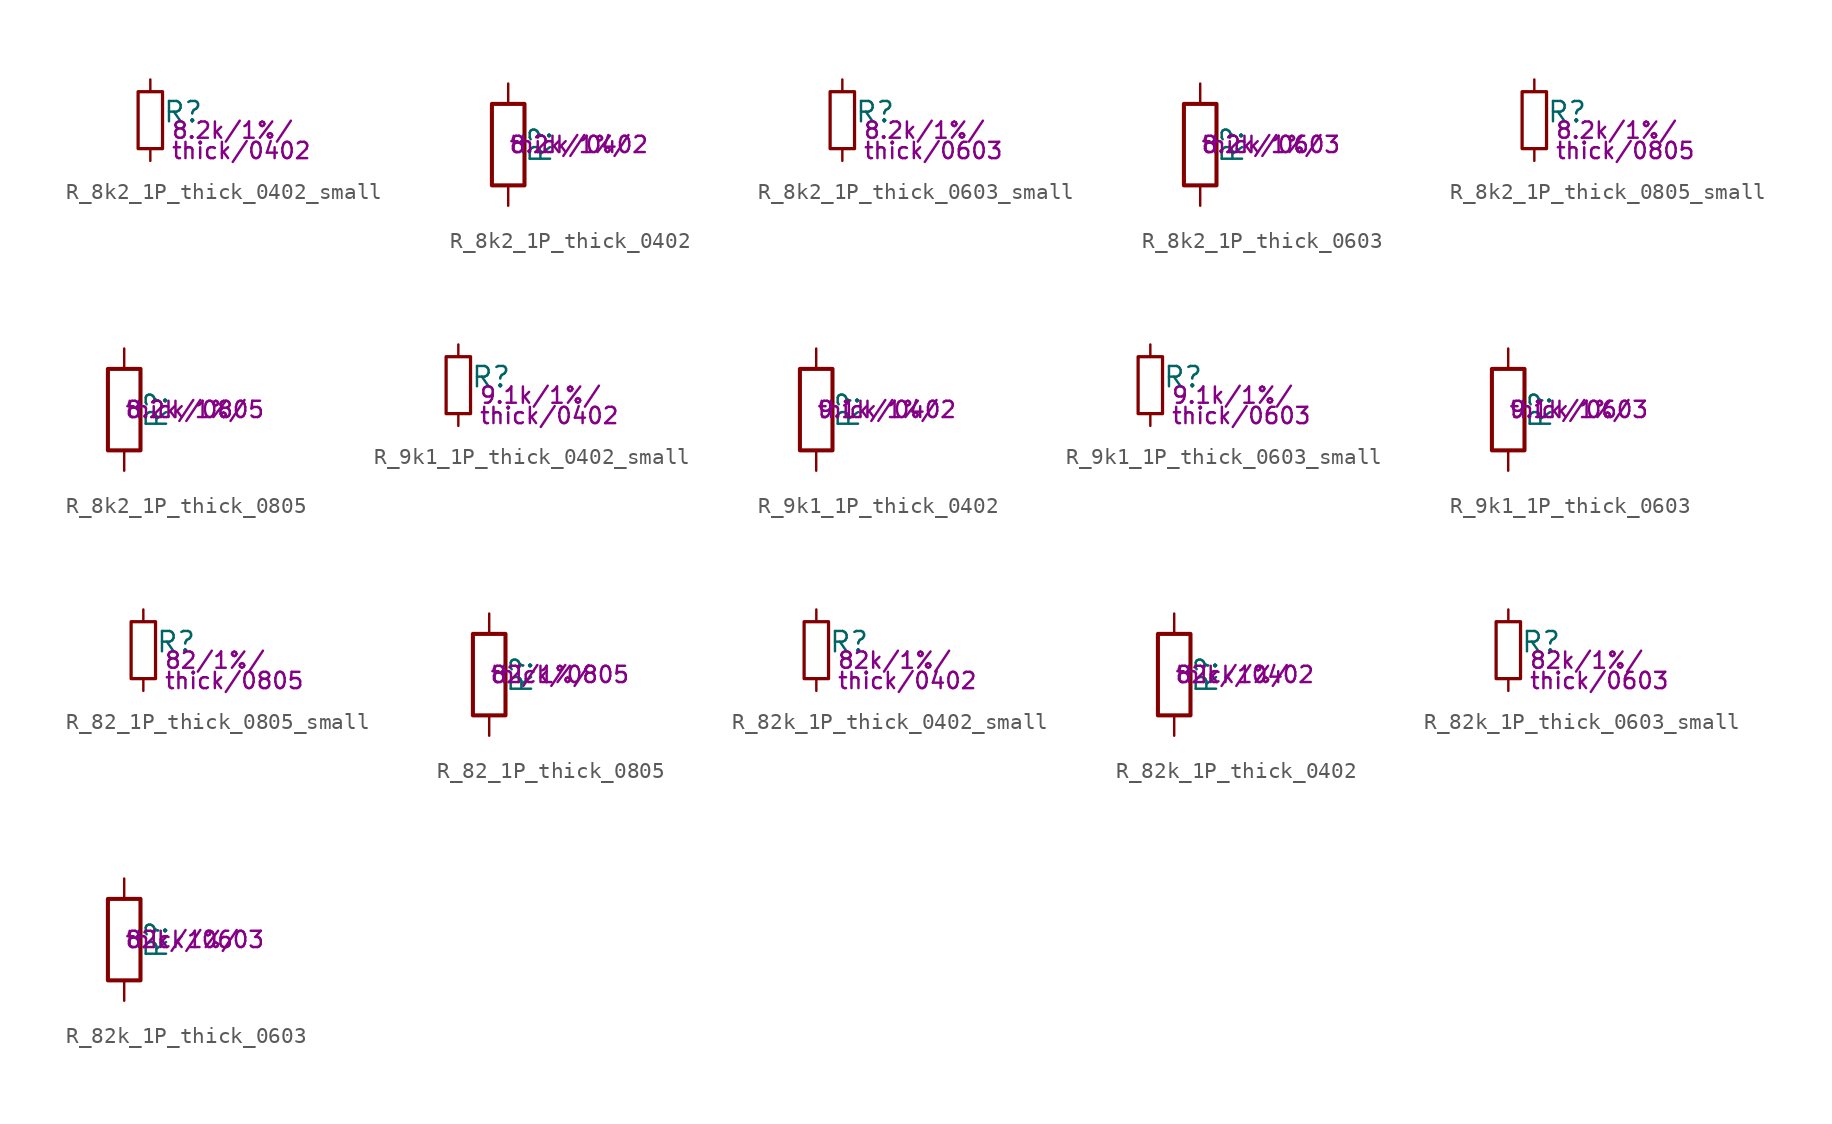
<source format=kicad_sym>
(kicad_symbol_lib
  (version 20211014)
  (generator kicad_symbol_editor)
  (symbol "R_8k2_1P_thick_0402_small"
    (pin_numbers hide)
    (pin_names
      (offset 0.254) hide)
    (property "Reference" "R"
      (at 0.762 0.508 0)
      (effects (font (size 1.27 1.27)) (justify left)))
    (property "Params" "8.2k/1%/"
      (at 1.27 -0.635 0)
      (effects (font (size 1.016 1.016)) (justify left)))
    (property "Params2" "thick/0402"
      (at 1.27 -1.905 0)
      (effects (font (size 1.016 1.016)) (justify left)))
    (symbol "R_8k2_1P_thick_0402_small_0_1"
      (rectangle (start -0.762 1.778) (end 0.762 -1.778) (stroke (width 0.203) (type default) (color 0 0 0 0)) (fill (type none))))
    (symbol "R_8k2_1P_thick_0402_small_1_1"
      (pin passive line (at 0 2.54 270) (length 0.762) (name "~" (effects (font (size 1.27 1.27)))) (number "1" (effects (font (size 1.27 1.27)))))
      (pin passive line (at 0 -2.54 90) (length 0.762) (name "~" (effects (font (size 1.27 1.27)))) (number "2" (effects (font (size 1.27 1.27)))))))
  (symbol "R_8k2_1P_thick_0402"
    (pin_numbers hide)
    (pin_names
      (offset 0))
    (property "Reference" "R"
      (at 2.032 0 90)
      (effects (font (size 1.27 1.27))))
    (property "Params" "8.2k/1%/"
      (at 0 0 0)
      (effects (font (size 1.016 1.016)) (justify left)))
    (property "Params2" "thick/0402"
      (at 0 0 0)
      (effects (font (size 1.016 1.016)) (justify left)))
    (symbol "R_8k2_1P_thick_0402_0_1"
      (rectangle (start -1.016 -2.54) (end 1.016 2.54) (stroke (width 0.254) (type default) (color 0 0 0 0)) (fill (type none))))
    (symbol "R_8k2_1P_thick_0402_1_1"
      (pin passive line (at 0 3.81 270) (length 1.27) (name "~" (effects (font (size 1.27 1.27)))) (number "1" (effects (font (size 1.27 1.27)))))
      (pin passive line (at 0 -3.81 90) (length 1.27) (name "~" (effects (font (size 1.27 1.27)))) (number "2" (effects (font (size 1.27 1.27)))))))
  (symbol "R_8k2_1P_thick_0603_small"
    (pin_numbers hide)
    (pin_names
      (offset 0.254) hide)
    (property "Reference" "R"
      (at 0.762 0.508 0)
      (effects (font (size 1.27 1.27)) (justify left)))
    (property "Params" "8.2k/1%/"
      (at 1.27 -0.635 0)
      (effects (font (size 1.016 1.016)) (justify left)))
    (property "Params2" "thick/0603"
      (at 1.27 -1.905 0)
      (effects (font (size 1.016 1.016)) (justify left)))
    (symbol "R_8k2_1P_thick_0603_small_0_1"
      (rectangle (start -0.762 1.778) (end 0.762 -1.778) (stroke (width 0.203) (type default) (color 0 0 0 0)) (fill (type none))))
    (symbol "R_8k2_1P_thick_0603_small_1_1"
      (pin passive line (at 0 2.54 270) (length 0.762) (name "~" (effects (font (size 1.27 1.27)))) (number "1" (effects (font (size 1.27 1.27)))))
      (pin passive line (at 0 -2.54 90) (length 0.762) (name "~" (effects (font (size 1.27 1.27)))) (number "2" (effects (font (size 1.27 1.27)))))))
  (symbol "R_8k2_1P_thick_0603"
    (pin_numbers hide)
    (pin_names
      (offset 0))
    (property "Reference" "R"
      (at 2.032 0 90)
      (effects (font (size 1.27 1.27))))
    (property "Params" "8.2k/1%/"
      (at 0 0 0)
      (effects (font (size 1.016 1.016)) (justify left)))
    (property "Params2" "thick/0603"
      (at 0 0 0)
      (effects (font (size 1.016 1.016)) (justify left)))
    (symbol "R_8k2_1P_thick_0603_0_1"
      (rectangle (start -1.016 -2.54) (end 1.016 2.54) (stroke (width 0.254) (type default) (color 0 0 0 0)) (fill (type none))))
    (symbol "R_8k2_1P_thick_0603_1_1"
      (pin passive line (at 0 3.81 270) (length 1.27) (name "~" (effects (font (size 1.27 1.27)))) (number "1" (effects (font (size 1.27 1.27)))))
      (pin passive line (at 0 -3.81 90) (length 1.27) (name "~" (effects (font (size 1.27 1.27)))) (number "2" (effects (font (size 1.27 1.27)))))))
  (symbol "R_8k2_1P_thick_0805_small"
    (pin_numbers hide)
    (pin_names
      (offset 0.254) hide)
    (property "Reference" "R"
      (at 0.762 0.508 0)
      (effects (font (size 1.27 1.27)) (justify left)))
    (property "Params" "8.2k/1%/"
      (at 1.27 -0.635 0)
      (effects (font (size 1.016 1.016)) (justify left)))
    (property "Params2" "thick/0805"
      (at 1.27 -1.905 0)
      (effects (font (size 1.016 1.016)) (justify left)))
    (symbol "R_8k2_1P_thick_0805_small_0_1"
      (rectangle (start -0.762 1.778) (end 0.762 -1.778) (stroke (width 0.203) (type default) (color 0 0 0 0)) (fill (type none))))
    (symbol "R_8k2_1P_thick_0805_small_1_1"
      (pin passive line (at 0 2.54 270) (length 0.762) (name "~" (effects (font (size 1.27 1.27)))) (number "1" (effects (font (size 1.27 1.27)))))
      (pin passive line (at 0 -2.54 90) (length 0.762) (name "~" (effects (font (size 1.27 1.27)))) (number "2" (effects (font (size 1.27 1.27)))))))
  (symbol "R_8k2_1P_thick_0805"
    (pin_numbers hide)
    (pin_names
      (offset 0))
    (property "Reference" "R"
      (at 2.032 0 90)
      (effects (font (size 1.27 1.27))))
    (property "Params" "8.2k/1%/"
      (at 0 0 0)
      (effects (font (size 1.016 1.016)) (justify left)))
    (property "Params2" "thick/0805"
      (at 0 0 0)
      (effects (font (size 1.016 1.016)) (justify left)))
    (symbol "R_8k2_1P_thick_0805_0_1"
      (rectangle (start -1.016 -2.54) (end 1.016 2.54) (stroke (width 0.254) (type default) (color 0 0 0 0)) (fill (type none))))
    (symbol "R_8k2_1P_thick_0805_1_1"
      (pin passive line (at 0 3.81 270) (length 1.27) (name "~" (effects (font (size 1.27 1.27)))) (number "1" (effects (font (size 1.27 1.27)))))
      (pin passive line (at 0 -3.81 90) (length 1.27) (name "~" (effects (font (size 1.27 1.27)))) (number "2" (effects (font (size 1.27 1.27)))))))
  (symbol "R_9k1_1P_thick_0402_small"
    (pin_numbers hide)
    (pin_names
      (offset 0.254) hide)
    (property "Reference" "R"
      (at 0.762 0.508 0)
      (effects (font (size 1.27 1.27)) (justify left)))
    (property "Params" "9.1k/1%/"
      (at 1.27 -0.635 0)
      (effects (font (size 1.016 1.016)) (justify left)))
    (property "Params2" "thick/0402"
      (at 1.27 -1.905 0)
      (effects (font (size 1.016 1.016)) (justify left)))
    (symbol "R_9k1_1P_thick_0402_small_0_1"
      (rectangle (start -0.762 1.778) (end 0.762 -1.778) (stroke (width 0.203) (type default) (color 0 0 0 0)) (fill (type none))))
    (symbol "R_9k1_1P_thick_0402_small_1_1"
      (pin passive line (at 0 2.54 270) (length 0.762) (name "~" (effects (font (size 1.27 1.27)))) (number "1" (effects (font (size 1.27 1.27)))))
      (pin passive line (at 0 -2.54 90) (length 0.762) (name "~" (effects (font (size 1.27 1.27)))) (number "2" (effects (font (size 1.27 1.27)))))))
  (symbol "R_9k1_1P_thick_0402"
    (pin_numbers hide)
    (pin_names
      (offset 0))
    (property "Reference" "R"
      (at 2.032 0 90)
      (effects (font (size 1.27 1.27))))
    (property "Params" "9.1k/1%/"
      (at 0 0 0)
      (effects (font (size 1.016 1.016)) (justify left)))
    (property "Params2" "thick/0402"
      (at 0 0 0)
      (effects (font (size 1.016 1.016)) (justify left)))
    (symbol "R_9k1_1P_thick_0402_0_1"
      (rectangle (start -1.016 -2.54) (end 1.016 2.54) (stroke (width 0.254) (type default) (color 0 0 0 0)) (fill (type none))))
    (symbol "R_9k1_1P_thick_0402_1_1"
      (pin passive line (at 0 3.81 270) (length 1.27) (name "~" (effects (font (size 1.27 1.27)))) (number "1" (effects (font (size 1.27 1.27)))))
      (pin passive line (at 0 -3.81 90) (length 1.27) (name "~" (effects (font (size 1.27 1.27)))) (number "2" (effects (font (size 1.27 1.27)))))))
  (symbol "R_9k1_1P_thick_0603_small"
    (pin_numbers hide)
    (pin_names
      (offset 0.254) hide)
    (property "Reference" "R"
      (at 0.762 0.508 0)
      (effects (font (size 1.27 1.27)) (justify left)))
    (property "Params" "9.1k/1%/"
      (at 1.27 -0.635 0)
      (effects (font (size 1.016 1.016)) (justify left)))
    (property "Params2" "thick/0603"
      (at 1.27 -1.905 0)
      (effects (font (size 1.016 1.016)) (justify left)))
    (symbol "R_9k1_1P_thick_0603_small_0_1"
      (rectangle (start -0.762 1.778) (end 0.762 -1.778) (stroke (width 0.203) (type default) (color 0 0 0 0)) (fill (type none))))
    (symbol "R_9k1_1P_thick_0603_small_1_1"
      (pin passive line (at 0 2.54 270) (length 0.762) (name "~" (effects (font (size 1.27 1.27)))) (number "1" (effects (font (size 1.27 1.27)))))
      (pin passive line (at 0 -2.54 90) (length 0.762) (name "~" (effects (font (size 1.27 1.27)))) (number "2" (effects (font (size 1.27 1.27)))))))
  (symbol "R_9k1_1P_thick_0603"
    (pin_numbers hide)
    (pin_names
      (offset 0))
    (property "Reference" "R"
      (at 2.032 0 90)
      (effects (font (size 1.27 1.27))))
    (property "Params" "9.1k/1%/"
      (at 0 0 0)
      (effects (font (size 1.016 1.016)) (justify left)))
    (property "Params2" "thick/0603"
      (at 0 0 0)
      (effects (font (size 1.016 1.016)) (justify left)))
    (symbol "R_9k1_1P_thick_0603_0_1"
      (rectangle (start -1.016 -2.54) (end 1.016 2.54) (stroke (width 0.254) (type default) (color 0 0 0 0)) (fill (type none))))
    (symbol "R_9k1_1P_thick_0603_1_1"
      (pin passive line (at 0 3.81 270) (length 1.27) (name "~" (effects (font (size 1.27 1.27)))) (number "1" (effects (font (size 1.27 1.27)))))
      (pin passive line (at 0 -3.81 90) (length 1.27) (name "~" (effects (font (size 1.27 1.27)))) (number "2" (effects (font (size 1.27 1.27)))))))
  (symbol "R_82_1P_thick_0805_small"
    (pin_numbers hide)
    (pin_names
      (offset 0.254) hide)
    (property "Reference" "R"
      (at 0.762 0.508 0)
      (effects (font (size 1.27 1.27)) (justify left)))
    (property "Params" "82/1%/"
      (at 1.27 -0.635 0)
      (effects (font (size 1.016 1.016)) (justify left)))
    (property "Params2" "thick/0805"
      (at 1.27 -1.905 0)
      (effects (font (size 1.016 1.016)) (justify left)))
    (symbol "R_82_1P_thick_0805_small_0_1"
      (rectangle (start -0.762 1.778) (end 0.762 -1.778) (stroke (width 0.203) (type default) (color 0 0 0 0)) (fill (type none))))
    (symbol "R_82_1P_thick_0805_small_1_1"
      (pin passive line (at 0 2.54 270) (length 0.762) (name "~" (effects (font (size 1.27 1.27)))) (number "1" (effects (font (size 1.27 1.27)))))
      (pin passive line (at 0 -2.54 90) (length 0.762) (name "~" (effects (font (size 1.27 1.27)))) (number "2" (effects (font (size 1.27 1.27)))))))
  (symbol "R_82_1P_thick_0805"
    (pin_numbers hide)
    (pin_names
      (offset 0))
    (property "Reference" "R"
      (at 2.032 0 90)
      (effects (font (size 1.27 1.27))))
    (property "Params" "82/1%/"
      (at 0 0 0)
      (effects (font (size 1.016 1.016)) (justify left)))
    (property "Params2" "thick/0805"
      (at 0 0 0)
      (effects (font (size 1.016 1.016)) (justify left)))
    (symbol "R_82_1P_thick_0805_0_1"
      (rectangle (start -1.016 -2.54) (end 1.016 2.54) (stroke (width 0.254) (type default) (color 0 0 0 0)) (fill (type none))))
    (symbol "R_82_1P_thick_0805_1_1"
      (pin passive line (at 0 3.81 270) (length 1.27) (name "~" (effects (font (size 1.27 1.27)))) (number "1" (effects (font (size 1.27 1.27)))))
      (pin passive line (at 0 -3.81 90) (length 1.27) (name "~" (effects (font (size 1.27 1.27)))) (number "2" (effects (font (size 1.27 1.27)))))))
  (symbol "R_82k_1P_thick_0402_small"
    (pin_numbers hide)
    (pin_names
      (offset 0.254) hide)
    (property "Reference" "R"
      (at 0.762 0.508 0)
      (effects (font (size 1.27 1.27)) (justify left)))
    (property "Params" "82k/1%/"
      (at 1.27 -0.635 0)
      (effects (font (size 1.016 1.016)) (justify left)))
    (property "Params2" "thick/0402"
      (at 1.27 -1.905 0)
      (effects (font (size 1.016 1.016)) (justify left)))
    (symbol "R_82k_1P_thick_0402_small_0_1"
      (rectangle (start -0.762 1.778) (end 0.762 -1.778) (stroke (width 0.203) (type default) (color 0 0 0 0)) (fill (type none))))
    (symbol "R_82k_1P_thick_0402_small_1_1"
      (pin passive line (at 0 2.54 270) (length 0.762) (name "~" (effects (font (size 1.27 1.27)))) (number "1" (effects (font (size 1.27 1.27)))))
      (pin passive line (at 0 -2.54 90) (length 0.762) (name "~" (effects (font (size 1.27 1.27)))) (number "2" (effects (font (size 1.27 1.27)))))))
  (symbol "R_82k_1P_thick_0402"
    (pin_numbers hide)
    (pin_names
      (offset 0))
    (property "Reference" "R"
      (at 2.032 0 90)
      (effects (font (size 1.27 1.27))))
    (property "Params" "82k/1%/"
      (at 0 0 0)
      (effects (font (size 1.016 1.016)) (justify left)))
    (property "Params2" "thick/0402"
      (at 0 0 0)
      (effects (font (size 1.016 1.016)) (justify left)))
    (symbol "R_82k_1P_thick_0402_0_1"
      (rectangle (start -1.016 -2.54) (end 1.016 2.54) (stroke (width 0.254) (type default) (color 0 0 0 0)) (fill (type none))))
    (symbol "R_82k_1P_thick_0402_1_1"
      (pin passive line (at 0 3.81 270) (length 1.27) (name "~" (effects (font (size 1.27 1.27)))) (number "1" (effects (font (size 1.27 1.27)))))
      (pin passive line (at 0 -3.81 90) (length 1.27) (name "~" (effects (font (size 1.27 1.27)))) (number "2" (effects (font (size 1.27 1.27)))))))
  (symbol "R_82k_1P_thick_0603_small"
    (pin_numbers hide)
    (pin_names
      (offset 0.254) hide)
    (property "Reference" "R"
      (at 0.762 0.508 0)
      (effects (font (size 1.27 1.27)) (justify left)))
    (property "Params" "82k/1%/"
      (at 1.27 -0.635 0)
      (effects (font (size 1.016 1.016)) (justify left)))
    (property "Params2" "thick/0603"
      (at 1.27 -1.905 0)
      (effects (font (size 1.016 1.016)) (justify left)))
    (symbol "R_82k_1P_thick_0603_small_0_1"
      (rectangle (start -0.762 1.778) (end 0.762 -1.778) (stroke (width 0.203) (type default) (color 0 0 0 0)) (fill (type none))))
    (symbol "R_82k_1P_thick_0603_small_1_1"
      (pin passive line (at 0 2.54 270) (length 0.762) (name "~" (effects (font (size 1.27 1.27)))) (number "1" (effects (font (size 1.27 1.27)))))
      (pin passive line (at 0 -2.54 90) (length 0.762) (name "~" (effects (font (size 1.27 1.27)))) (number "2" (effects (font (size 1.27 1.27)))))))
  (symbol "R_82k_1P_thick_0603"
    (pin_numbers hide)
    (pin_names
      (offset 0))
    (property "Reference" "R"
      (at 2.032 0 90)
      (effects (font (size 1.27 1.27))))
    (property "Params" "82k/1%/"
      (at 0 0 0)
      (effects (font (size 1.016 1.016)) (justify left)))
    (property "Params2" "thick/0603"
      (at 0 0 0)
      (effects (font (size 1.016 1.016)) (justify left)))
    (symbol "R_82k_1P_thick_0603_0_1"
      (rectangle (start -1.016 -2.54) (end 1.016 2.54) (stroke (width 0.254) (type default) (color 0 0 0 0)) (fill (type none))))
    (symbol "R_82k_1P_thick_0603_1_1"
      (pin passive line (at 0 3.81 270) (length 1.27) (name "~" (effects (font (size 1.27 1.27)))) (number "1" (effects (font (size 1.27 1.27)))))
      (pin passive line (at 0 -3.81 90) (length 1.27) (name "~" (effects (font (size 1.27 1.27)))) (number "2" (effects (font (size 1.27 1.27))))))))
</source>
